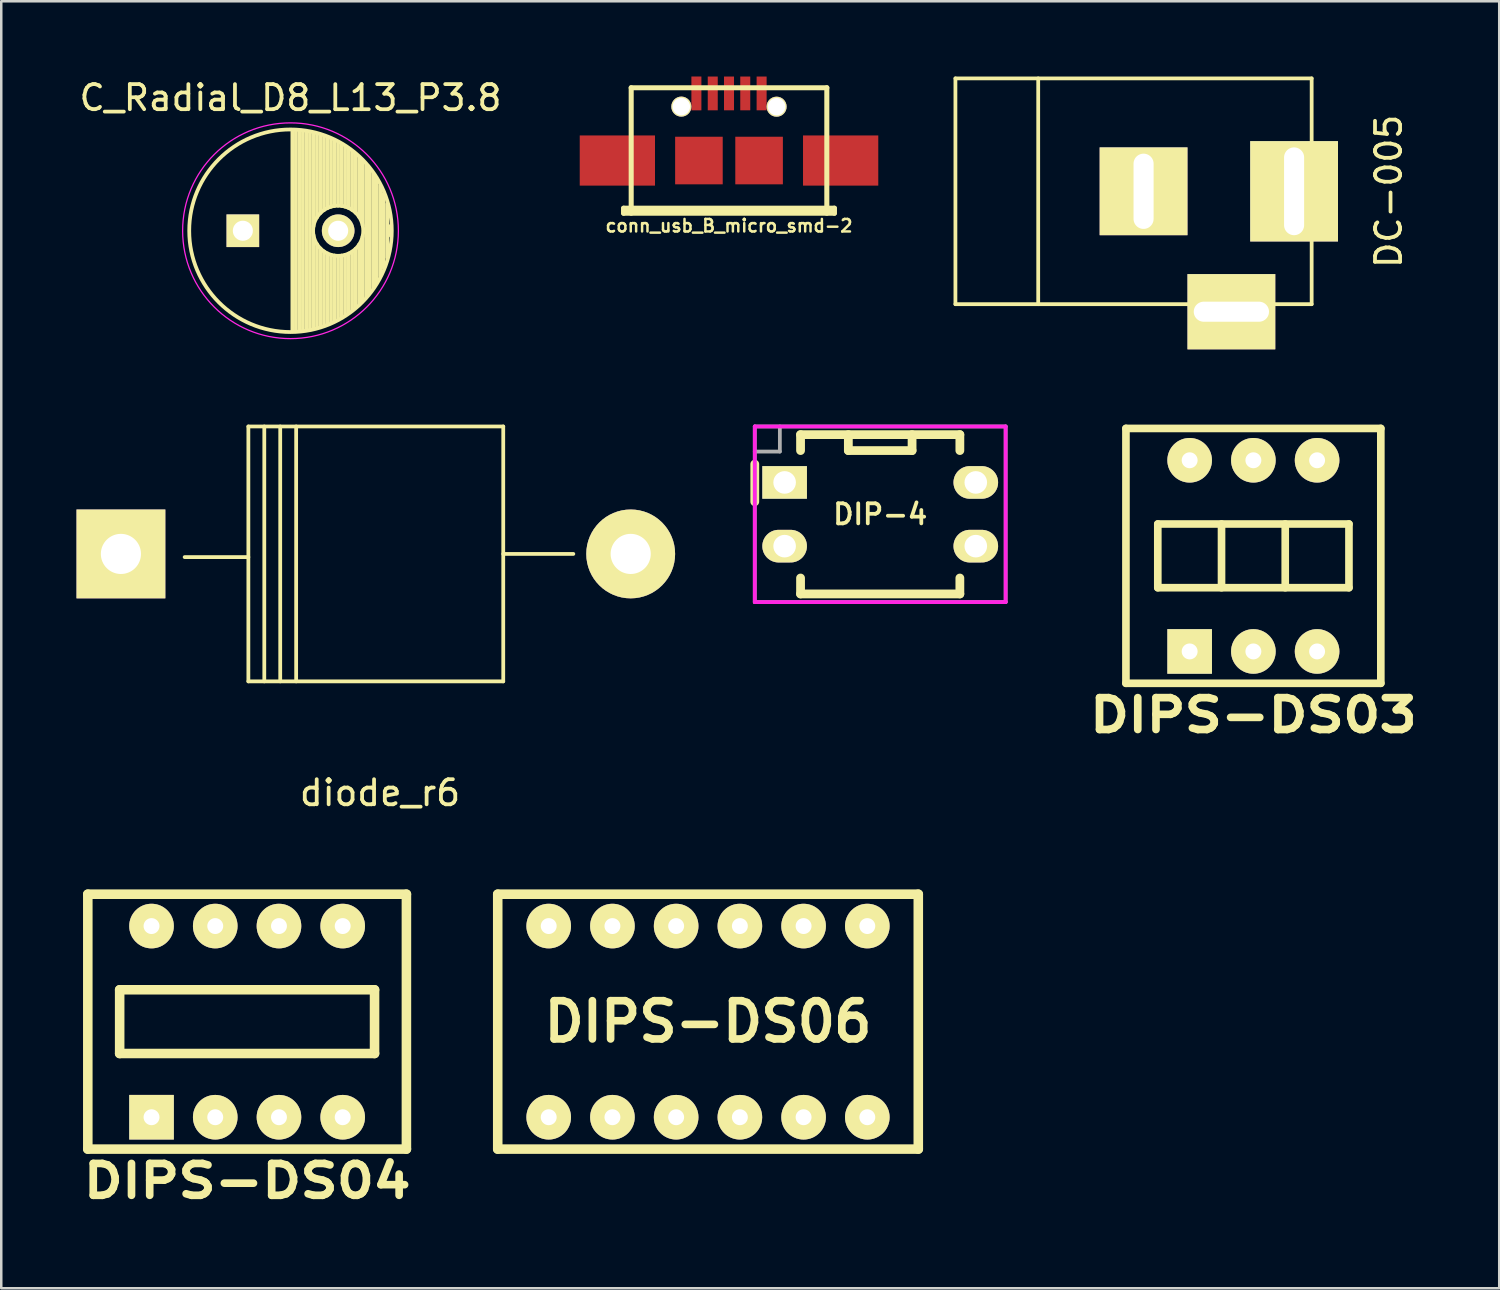
<source format=kicad_pcb>
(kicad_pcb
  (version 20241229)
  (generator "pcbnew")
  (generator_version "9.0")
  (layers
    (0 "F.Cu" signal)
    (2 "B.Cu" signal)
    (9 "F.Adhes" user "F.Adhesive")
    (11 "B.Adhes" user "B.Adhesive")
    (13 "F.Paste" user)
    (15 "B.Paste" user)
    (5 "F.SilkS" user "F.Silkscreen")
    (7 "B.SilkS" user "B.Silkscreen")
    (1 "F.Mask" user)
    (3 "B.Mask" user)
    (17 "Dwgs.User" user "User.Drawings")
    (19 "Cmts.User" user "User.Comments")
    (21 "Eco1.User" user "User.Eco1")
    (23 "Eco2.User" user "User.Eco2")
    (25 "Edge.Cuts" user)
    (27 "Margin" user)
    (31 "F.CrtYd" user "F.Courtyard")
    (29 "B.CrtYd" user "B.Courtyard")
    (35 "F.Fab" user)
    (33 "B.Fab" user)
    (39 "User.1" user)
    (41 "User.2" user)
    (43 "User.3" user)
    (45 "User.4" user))
  (footprint "DIPS-DS06"
    (layer "F.Cu")
    (at 25.172 37.674)
    (property "Reference" "DIPS-DS06" (at 0 0 0) (layer "F.SilkS") (effects (font (size 1.524 1.524) (thickness 0.305))))
    (attr through_hole)
    (fp_line (start -8.382 -5.08) (end -8.382 5.08) (stroke (width 0.381) (type solid)) (layer "F.SilkS"))
    (fp_line (start 8.382 -5.08) (end -8.382 -5.08) (stroke (width 0.381) (type solid)) (layer "F.SilkS"))
    (fp_line (start 8.382 -5.08) (end 8.382 5.08) (stroke (width 0.381) (type solid)) (layer "F.SilkS"))
    (fp_line (start 8.382 5.08) (end -8.382 5.08) (stroke (width 0.381) (type solid)) (layer "F.SilkS"))
    (pad "1" thru_hole circle (at -6.35 3.81) (size 1.778 1.778) (drill 0.635) (layers "*.Cu" "*.Mask" "F.SilkS"))
    (pad "2" thru_hole circle (at -3.81 3.81) (size 1.778 1.778) (drill 0.635) (layers "*.Cu" "*.Mask" "F.SilkS"))
    (pad "3" thru_hole circle (at -1.27 3.81) (size 1.778 1.778) (drill 0.635) (layers "*.Cu" "*.Mask" "F.SilkS"))
    (pad "4" thru_hole circle (at 1.27 3.81) (size 1.778 1.778) (drill 0.635) (layers "*.Cu" "*.Mask" "F.SilkS"))
    (pad "5" thru_hole circle (at 3.81 3.81) (size 1.778 1.778) (drill 0.635) (layers "*.Cu" "*.Mask" "F.SilkS"))
    (pad "6" thru_hole circle (at 6.35 3.81) (size 1.778 1.778) (drill 0.635) (layers "*.Cu" "*.Mask" "F.SilkS"))
    (pad "7" thru_hole circle (at 6.35 -3.81) (size 1.778 1.778) (drill 0.635) (layers "*.Cu" "*.Mask" "F.SilkS"))
    (pad "8" thru_hole circle (at 3.81 -3.81) (size 1.778 1.778) (drill 0.635) (layers "*.Cu" "*.Mask" "F.SilkS"))
    (pad "9" thru_hole circle (at 1.27 -3.81) (size 1.778 1.778) (drill 0.635) (layers "*.Cu" "*.Mask" "F.SilkS"))
    (pad "10" thru_hole circle (at -1.27 -3.81) (size 1.778 1.778) (drill 0.635) (layers "*.Cu" "*.Mask" "F.SilkS"))
    (pad "11" thru_hole circle (at -3.81 -3.81) (size 1.778 1.778) (drill 0.635) (layers "*.Cu" "*.Mask" "F.SilkS"))
    (pad "12" thru_hole circle (at -6.35 -3.81) (size 1.778 1.778) (drill 0.635) (layers "*.Cu" "*.Mask" "F.SilkS")))
  (footprint "DIP-4"
    (placed yes)
    (layer "F.Cu")
    (at 32.036 17.45)
    (property "Reference" "DIP-4" (at 0 0 0) (layer "F.SilkS") (effects (font (size 0.8 0.8) (thickness 0.15))))
    (attr through_hole)
    (fp_line (start -5 -2) (end -5 -0.5) (stroke (width 0.35) (type solid)) (layer "F.SilkS"))
    (fp_line (start -3.175 -3.175) (end -3.175 -2.54) (stroke (width 0.35) (type solid)) (layer "F.SilkS"))
    (fp_line (start -3.175 2.54) (end -3.175 3.175) (stroke (width 0.35) (type solid)) (layer "F.SilkS"))
    (fp_line (start -3.175 3.175) (end 3.175 3.175) (stroke (width 0.35) (type solid)) (layer "F.SilkS"))
    (fp_line (start -1.27 -2.54) (end -1.27 -3.175) (stroke (width 0.35) (type solid)) (layer "F.SilkS"))
    (fp_line (start 1.27 -3.175) (end 1.27 -2.54) (stroke (width 0.35) (type solid)) (layer "F.SilkS"))
    (fp_line (start 1.27 -2.54) (end -1.27 -2.54) (stroke (width 0.35) (type solid)) (layer "F.SilkS"))
    (fp_line (start 3.175 -3.175) (end -3.175 -3.175) (stroke (width 0.35) (type solid)) (layer "F.SilkS"))
    (fp_line (start 3.175 -2.54) (end 3.175 -3.175) (stroke (width 0.35) (type solid)) (layer "F.SilkS"))
    (fp_line (start 3.175 3.175) (end 3.175 2.54) (stroke (width 0.35) (type solid)) (layer "F.SilkS"))
    (fp_line (start -5 -3.5) (end 5 -3.5) (stroke (width 0.15) (type solid)) (layer "F.CrtYd"))
    (fp_line (start -5 3.5) (end -5 -3.5) (stroke (width 0.15) (type solid)) (layer "F.CrtYd"))
    (fp_line (start 5 -3.5) (end 5 3.5) (stroke (width 0.15) (type solid)) (layer "F.CrtYd"))
    (fp_line (start 5 3.5) (end -5 3.5) (stroke (width 0.15) (type solid)) (layer "F.CrtYd"))
    (fp_line (start -5 -3.5) (end 5 -3.5) (stroke (width 0.15) (type solid)) (layer "F.Fab"))
    (fp_line (start -5 3.5) (end -5 -3.5) (stroke (width 0.15) (type solid)) (layer "F.Fab"))
    (fp_line (start -4 -3.5) (end -4 -2.5) (stroke (width 0.15) (type solid)) (layer "F.Fab"))
    (fp_line (start -4 -2.5) (end -5 -2.5) (stroke (width 0.15) (type solid)) (layer "F.Fab"))
    (fp_line (start 5 -3.5) (end 5 3.5) (stroke (width 0.15) (type solid)) (layer "F.Fab"))
    (fp_line (start 5 3.5) (end -5 3.5) (stroke (width 0.15) (type solid)) (layer "F.Fab"))
    (pad "1" thru_hole rect (at -3.81 -1.27) (size 1.778 1.3) (drill 0.9) (layers "*.Cu" "*.Mask" "F.SilkS"))
    (pad "2" thru_hole oval (at -3.81 1.27) (size 1.778 1.3) (drill 0.9) (layers "*.Cu" "*.Mask" "F.SilkS"))
    (pad "3" thru_hole oval (at 3.81 1.27) (size 1.778 1.3) (drill 0.9) (layers "*.Cu" "*.Mask" "F.SilkS"))
    (pad "4" thru_hole oval (at 3.81 -1.27) (size 1.778 1.3) (drill 0.9) (layers "*.Cu" "*.Mask" "F.SilkS")))
  (footprint "DIPS-DS04"
    (layer "F.Cu")
    (at 6.8 37.674)
    (property "Reference" "DIPS-DS04" (at 0 6.35 0) (layer "F.SilkS") (effects (font (size 1.27 1.524) (thickness 0.305))))
    (attr through_hole)
    (fp_line (start -6.35 -5.08) (end 6.35 -5.08) (stroke (width 0.381) (type solid)) (layer "F.SilkS"))
    (fp_line (start -6.35 5.08) (end -6.35 -5.08) (stroke (width 0.381) (type solid)) (layer "F.SilkS"))
    (fp_line (start -5.08 -1.27) (end 5.08 -1.27) (stroke (width 0.381) (type solid)) (layer "F.SilkS"))
    (fp_line (start -5.08 1.27) (end -5.08 -1.27) (stroke (width 0.381) (type solid)) (layer "F.SilkS"))
    (fp_line (start 5.08 -1.27) (end 5.08 1.27) (stroke (width 0.381) (type solid)) (layer "F.SilkS"))
    (fp_line (start 5.08 1.27) (end -5.08 1.27) (stroke (width 0.381) (type solid)) (layer "F.SilkS"))
    (fp_line (start 6.35 -5.08) (end 6.35 5.08) (stroke (width 0.381) (type solid)) (layer "F.SilkS"))
    (fp_line (start 6.35 5.08) (end -6.35 5.08) (stroke (width 0.381) (type solid)) (layer "F.SilkS"))
    (pad "1" thru_hole rect (at -3.81 3.81) (size 1.778 1.778) (drill 0.635) (layers "*.Cu" "*.Mask" "F.SilkS"))
    (pad "2" thru_hole circle (at -1.27 3.81) (size 1.778 1.778) (drill 0.635) (layers "*.Cu" "*.Mask" "F.SilkS"))
    (pad "3" thru_hole circle (at 1.27 3.81) (size 1.778 1.778) (drill 0.635) (layers "*.Cu" "*.Mask" "F.SilkS"))
    (pad "4" thru_hole circle (at 3.81 3.81) (size 1.778 1.778) (drill 0.635) (layers "*.Cu" "*.Mask" "F.SilkS"))
    (pad "5" thru_hole circle (at 3.81 -3.81) (size 1.778 1.778) (drill 0.635) (layers "*.Cu" "*.Mask" "F.SilkS"))
    (pad "6" thru_hole circle (at 1.27 -3.81) (size 1.778 1.778) (drill 0.635) (layers "*.Cu" "*.Mask" "F.SilkS"))
    (pad "7" thru_hole circle (at -1.27 -3.81) (size 1.778 1.778) (drill 0.635) (layers "*.Cu" "*.Mask" "F.SilkS"))
    (pad "8" thru_hole circle (at -3.81 -3.81) (size 1.778 1.778) (drill 0.635) (layers "*.Cu" "*.Mask" "F.SilkS")))
  (footprint "DC-005"
    (layer "F.Cu")
    (at 38.334 4.575)
    (property "Reference" "DC-005" (at 13.97 0 90) (layer "F.SilkS") (effects (font (size 1 1) (thickness 0.15))))
    (attr through_hole)
    (fp_line (start -3.3 -4.5) (end -3.3 4.5) (stroke (width 0.15) (type solid)) (layer "F.SilkS"))
    (fp_line (start -3.3 -4.5) (end 10.9 -4.5) (stroke (width 0.15) (type solid)) (layer "F.SilkS"))
    (fp_line (start -3.3 4.5) (end 10.9 4.5) (stroke (width 0.15) (type solid)) (layer "F.SilkS"))
    (fp_line (start 0 -4.5) (end 0 4.5) (stroke (width 0.15) (type solid)) (layer "F.SilkS"))
    (fp_line (start 10.9 -4.5) (end 10.9 4.5) (stroke (width 0.15) (type solid)) (layer "F.SilkS"))
    (pad "1" thru_hole rect (at 10.2 0) (size 3.5 4) (drill oval 0.8 3.5) (layers "*.Cu" "*.Mask" "F.SilkS"))
    (pad "2" thru_hole rect (at 4.2 0) (size 3.5 3.5) (drill oval 0.8 3) (layers "*.Cu" "*.Mask" "F.SilkS"))
    (pad "3" thru_hole rect (at 7.7 4.8) (size 3.5 3) (drill oval 3 0.8) (layers "*.Cu" "*.Mask" "F.SilkS")))
  (footprint "C_Radial_D8_L13_P3.8"
    (layer "F.Cu")
    (at 6.63 6.148)
    (property "Reference" "C_Radial_D8_L13_P3.8" (at 1.9 -5.3 0) (layer "F.SilkS") (effects (font (size 1 1) (thickness 0.15))))
    (attr through_hole)
    (fp_line (start 1.975 -3.999) (end 1.975 3.999) (stroke (width 0.15) (type solid)) (layer "F.SilkS"))
    (fp_line (start 2.115 -3.994) (end 2.115 3.994) (stroke (width 0.15) (type solid)) (layer "F.SilkS"))
    (fp_line (start 2.255 -3.984) (end 2.255 3.984) (stroke (width 0.15) (type solid)) (layer "F.SilkS"))
    (fp_line (start 2.395 -3.969) (end 2.395 3.969) (stroke (width 0.15) (type solid)) (layer "F.SilkS"))
    (fp_line (start 2.535 -3.949) (end 2.535 3.949) (stroke (width 0.15) (type solid)) (layer "F.SilkS"))
    (fp_line (start 2.675 -3.924) (end 2.675 3.924) (stroke (width 0.15) (type solid)) (layer "F.SilkS"))
    (fp_line (start 2.815 -3.894) (end 2.815 -0.173) (stroke (width 0.15) (type solid)) (layer "F.SilkS"))
    (fp_line (start 2.815 0.173) (end 2.815 3.894) (stroke (width 0.15) (type solid)) (layer "F.SilkS"))
    (fp_line (start 2.955 -3.858) (end 2.955 -0.535) (stroke (width 0.15) (type solid)) (layer "F.SilkS"))
    (fp_line (start 2.955 0.535) (end 2.955 3.858) (stroke (width 0.15) (type solid)) (layer "F.SilkS"))
    (fp_line (start 3.095 -3.817) (end 3.095 -0.709) (stroke (width 0.15) (type solid)) (layer "F.SilkS"))
    (fp_line (start 3.095 0.709) (end 3.095 3.817) (stroke (width 0.15) (type solid)) (layer "F.SilkS"))
    (fp_line (start 3.235 -3.771) (end 3.235 -0.825) (stroke (width 0.15) (type solid)) (layer "F.SilkS"))
    (fp_line (start 3.235 0.825) (end 3.235 3.771) (stroke (width 0.15) (type solid)) (layer "F.SilkS"))
    (fp_line (start 3.375 -3.718) (end 3.375 -0.905) (stroke (width 0.15) (type solid)) (layer "F.SilkS"))
    (fp_line (start 3.375 0.905) (end 3.375 3.718) (stroke (width 0.15) (type solid)) (layer "F.SilkS"))
    (fp_line (start 3.515 -3.659) (end 3.515 -0.959) (stroke (width 0.15) (type solid)) (layer "F.SilkS"))
    (fp_line (start 3.515 0.959) (end 3.515 3.659) (stroke (width 0.15) (type solid)) (layer "F.SilkS"))
    (fp_line (start 3.655 -3.594) (end 3.655 -0.989) (stroke (width 0.15) (type solid)) (layer "F.SilkS"))
    (fp_line (start 3.655 0.989) (end 3.655 3.594) (stroke (width 0.15) (type solid)) (layer "F.SilkS"))
    (fp_line (start 3.795 -3.523) (end 3.795 -1) (stroke (width 0.15) (type solid)) (layer "F.SilkS"))
    (fp_line (start 3.795 1) (end 3.795 3.523) (stroke (width 0.15) (type solid)) (layer "F.SilkS"))
    (fp_line (start 3.935 -3.444) (end 3.935 -0.991) (stroke (width 0.15) (type solid)) (layer "F.SilkS"))
    (fp_line (start 3.935 0.991) (end 3.935 3.444) (stroke (width 0.15) (type solid)) (layer "F.SilkS"))
    (fp_line (start 4.075 -3.357) (end 4.075 -0.961) (stroke (width 0.15) (type solid)) (layer "F.SilkS"))
    (fp_line (start 4.075 0.961) (end 4.075 3.357) (stroke (width 0.15) (type solid)) (layer "F.SilkS"))
    (fp_line (start 4.215 -3.262) (end 4.215 -0.91) (stroke (width 0.15) (type solid)) (layer "F.SilkS"))
    (fp_line (start 4.215 0.91) (end 4.215 3.262) (stroke (width 0.15) (type solid)) (layer "F.SilkS"))
    (fp_line (start 4.355 -3.158) (end 4.355 -0.832) (stroke (width 0.15) (type solid)) (layer "F.SilkS"))
    (fp_line (start 4.355 0.832) (end 4.355 3.158) (stroke (width 0.15) (type solid)) (layer "F.SilkS"))
    (fp_line (start 4.495 -3.044) (end 4.495 -0.719) (stroke (width 0.15) (type solid)) (layer "F.SilkS"))
    (fp_line (start 4.495 0.719) (end 4.495 3.044) (stroke (width 0.15) (type solid)) (layer "F.SilkS"))
    (fp_line (start 4.635 -2.919) (end 4.635 -0.55) (stroke (width 0.15) (type solid)) (layer "F.SilkS"))
    (fp_line (start 4.635 0.55) (end 4.635 2.919) (stroke (width 0.15) (type solid)) (layer "F.SilkS"))
    (fp_line (start 4.775 -2.781) (end 4.775 -0.222) (stroke (width 0.15) (type solid)) (layer "F.SilkS"))
    (fp_line (start 4.775 0.222) (end 4.775 2.781) (stroke (width 0.15) (type solid)) (layer "F.SilkS"))
    (fp_line (start 4.915 -2.629) (end 4.915 2.629) (stroke (width 0.15) (type solid)) (layer "F.SilkS"))
    (fp_line (start 5.055 -2.459) (end 5.055 2.459) (stroke (width 0.15) (type solid)) (layer "F.SilkS"))
    (fp_line (start 5.195 -2.268) (end 5.195 2.268) (stroke (width 0.15) (type solid)) (layer "F.SilkS"))
    (fp_line (start 5.335 -2.05) (end 5.335 2.05) (stroke (width 0.15) (type solid)) (layer "F.SilkS"))
    (fp_line (start 5.475 -1.794) (end 5.475 1.794) (stroke (width 0.15) (type solid)) (layer "F.SilkS"))
    (fp_line (start 5.615 -1.483) (end 5.615 1.483) (stroke (width 0.15) (type solid)) (layer "F.SilkS"))
    (fp_line (start 5.755 -1.067) (end 5.755 1.067) (stroke (width 0.15) (type solid)) (layer "F.SilkS"))
    (fp_line (start 5.895 -0.2) (end 5.895 0.2) (stroke (width 0.15) (type solid)) (layer "F.SilkS"))
    (fp_circle (center 1.9 0) (end 1.9 -4.037) (stroke (width 0.15) (type solid)) (fill no) (layer "F.SilkS"))
    (fp_circle (center 3.8 0) (end 3.8 -1) (stroke (width 0.15) (type solid)) (fill no) (layer "F.SilkS"))
    (fp_circle (center 1.9 0) (end 1.9 -4.3) (stroke (width 0.05) (type solid)) (fill no) (layer "F.CrtYd"))
    (pad "1" thru_hole rect (at 0 0) (size 1.3 1.3) (drill 0.8) (layers "*.Cu" "*.Mask" "F.SilkS"))
    (pad "2" thru_hole circle (at 3.8 0) (size 1.3 1.3) (drill 0.8) (layers "*.Cu" "*.Mask" "F.SilkS")))
  (footprint "diode_r6"
    (layer "F.Cu")
    (at 1.77 19.033)
    (property "Reference" "diode_r6" (at 10.328 9.522 0) (layer "F.SilkS") (effects (font (size 1 1) (thickness 0.15))))
    (attr through_hole)
    (fp_line (start 5.08 -5.083) (end 5.08 5.077) (stroke (width 0.15) (type solid)) (layer "F.SilkS"))
    (fp_line (start 5.08 0.124) (end 2.54 0.124) (stroke (width 0.15) (type solid)) (layer "F.SilkS"))
    (fp_line (start 5.715 -5.083) (end 5.715 5.077) (stroke (width 0.15) (type solid)) (layer "F.SilkS"))
    (fp_line (start 6.35 -5.083) (end 6.35 5.077) (stroke (width 0.15) (type solid)) (layer "F.SilkS"))
    (fp_line (start 6.985 -5.083) (end 6.985 5.077) (stroke (width 0.15) (type solid)) (layer "F.SilkS"))
    (fp_line (start 15.24 -5.083) (end 5.08 -5.083) (stroke (width 0.15) (type solid)) (layer "F.SilkS"))
    (fp_line (start 15.24 -5.083) (end 15.24 5.077) (stroke (width 0.15) (type solid)) (layer "F.SilkS"))
    (fp_line (start 15.24 -0.003) (end 18.034 -0.003) (stroke (width 0.15) (type solid)) (layer "F.SilkS"))
    (fp_line (start 15.24 5.077) (end 5.08 5.077) (stroke (width 0.15) (type solid)) (layer "F.SilkS"))
    (pad "1" thru_hole rect (at 0 -0.003 180) (size 3.541 3.541) (drill 1.6) (layers "*.Cu" "*.Mask" "F.SilkS"))
    (pad "2" thru_hole circle (at 20.32 -0.003 180) (size 3.541 3.541) (drill 1.6) (layers "*.Cu" "*.Mask" "F.SilkS")))
  (footprint "conn_usb_B_micro_smd-2"
    (layer "F.Cu")
    (at 26.009 3.349)
    (property "Reference" "conn_usb_B_micro_smd-2" (at 0 2.601 0) (layer "F.SilkS") (effects (font (size 0.5 0.5) (thickness 0.099))))
    (attr through_hole)
    (fp_line (start -4.201 1.9) (end -4.201 2.101) (stroke (width 0.201) (type solid)) (layer "F.SilkS"))
    (fp_line (start -4.201 1.999) (end 4.201 1.999) (stroke (width 0.201) (type solid)) (layer "F.SilkS"))
    (fp_line (start -4.201 2.101) (end 4.201 2.101) (stroke (width 0.201) (type solid)) (layer "F.SilkS"))
    (fp_line (start -3.899 -2.901) (end 3.899 -2.901) (stroke (width 0.201) (type solid)) (layer "F.SilkS"))
    (fp_line (start -3.899 2.101) (end -3.899 -2.901) (stroke (width 0.201) (type solid)) (layer "F.SilkS"))
    (fp_line (start 3.899 -2.901) (end 3.899 2.101) (stroke (width 0.201) (type solid)) (layer "F.SilkS"))
    (fp_line (start 4.201 1.9) (end -4.201 1.9) (stroke (width 0.201) (type solid)) (layer "F.SilkS"))
    (fp_line (start 4.201 2.101) (end 4.201 1.9) (stroke (width 0.201) (type solid)) (layer "F.SilkS"))
    (pad "" smd rect (at -4.45 0) (size 3 2) (layers "F.Cu" "F.Mask" "F.Paste"))
    (pad "" smd rect (at -1.199 0) (size 1.897 1.897) (layers "F.Cu" "F.Mask" "F.Paste"))
    (pad "" smd rect (at 1.199 0) (size 1.897 1.897) (layers "F.Cu" "F.Mask" "F.Paste"))
    (pad "" smd rect (at 4.45 0) (size 3 2) (layers "F.Cu" "F.Mask" "F.Paste"))
    (pad "1" thru_hole circle (at -1.9 -2.149) (size 0.798 0.798) (drill 0.698) (layers "*.Cu" "*.Mask" "F.SilkS"))
    (pad "1" smd rect (at -1.3 -2.675) (size 0.399 1.349) (layers "F.Cu" "F.Mask" "F.Paste"))
    (pad "2" smd rect (at -0.648 -2.675) (size 0.399 1.346) (layers "F.Cu" "F.Mask" "F.Paste"))
    (pad "3" smd rect (at 0 -2.675) (size 0.399 1.346) (layers "F.Cu" "F.Mask" "F.Paste"))
    (pad "4" smd rect (at 0.648 -2.675) (size 0.399 1.346) (layers "F.Cu" "F.Mask" "F.Paste"))
    (pad "5" smd rect (at 1.3 -2.675) (size 0.399 1.346) (layers "F.Cu" "F.Mask" "F.Paste"))
    (pad "5" thru_hole circle (at 1.897 -2.146) (size 0.798 0.798) (drill 0.698) (layers "*.Cu" "*.Mask" "F.SilkS")))
  (footprint "DIPS-DS03"
    (layer "F.Cu")
    (at 46.911 19.107)
    (property "Reference" "DIPS-DS03" (at 0 6.35 0) (layer "F.SilkS") (effects (font (size 1.27 1.524) (thickness 0.305))))
    (attr through_hole)
    (fp_line (start -5.08 -5.08) (end 5.08 -5.08) (stroke (width 0.305) (type solid)) (layer "F.SilkS"))
    (fp_line (start -5.08 5.08) (end -5.08 -5.08) (stroke (width 0.305) (type solid)) (layer "F.SilkS"))
    (fp_line (start -3.81 -1.27) (end 3.81 -1.27) (stroke (width 0.305) (type solid)) (layer "F.SilkS"))
    (fp_line (start -3.81 1.27) (end -3.81 -1.27) (stroke (width 0.305) (type solid)) (layer "F.SilkS"))
    (fp_line (start -1.27 -1.27) (end -1.27 1.27) (stroke (width 0.305) (type solid)) (layer "F.SilkS"))
    (fp_line (start 1.27 -1.27) (end 1.27 1.27) (stroke (width 0.305) (type solid)) (layer "F.SilkS"))
    (fp_line (start 3.81 -1.27) (end 3.81 1.27) (stroke (width 0.305) (type solid)) (layer "F.SilkS"))
    (fp_line (start 3.81 1.27) (end -3.81 1.27) (stroke (width 0.305) (type solid)) (layer "F.SilkS"))
    (fp_line (start 5.08 -5.08) (end 5.08 5.08) (stroke (width 0.305) (type solid)) (layer "F.SilkS"))
    (fp_line (start 5.08 5.08) (end -5.08 5.08) (stroke (width 0.305) (type solid)) (layer "F.SilkS"))
    (pad "1" thru_hole rect (at -2.54 3.81) (size 1.778 1.778) (drill 0.635) (layers "*.Cu" "*.Mask" "F.SilkS"))
    (pad "2" thru_hole circle (at 0 3.81) (size 1.778 1.778) (drill 0.635) (layers "*.Cu" "*.Mask" "F.SilkS"))
    (pad "3" thru_hole circle (at 2.54 3.81) (size 1.778 1.778) (drill 0.635) (layers "*.Cu" "*.Mask" "F.SilkS"))
    (pad "4" thru_hole circle (at 2.54 -3.81) (size 1.778 1.778) (drill 0.635) (layers "*.Cu" "*.Mask" "F.SilkS"))
    (pad "5" thru_hole circle (at 0 -3.81) (size 1.778 1.778) (drill 0.635) (layers "*.Cu" "*.Mask" "F.SilkS"))
    (pad "6" thru_hole circle (at -2.54 -3.81) (size 1.778 1.778) (drill 0.635) (layers "*.Cu" "*.Mask" "F.SilkS")))
  (gr_rect
    (start -3 -3)
    (end 56.711 48.302)
    (stroke (width 0.1) (type default))
    (fill no)
    (layer "Edge.Cuts")))
</source>
